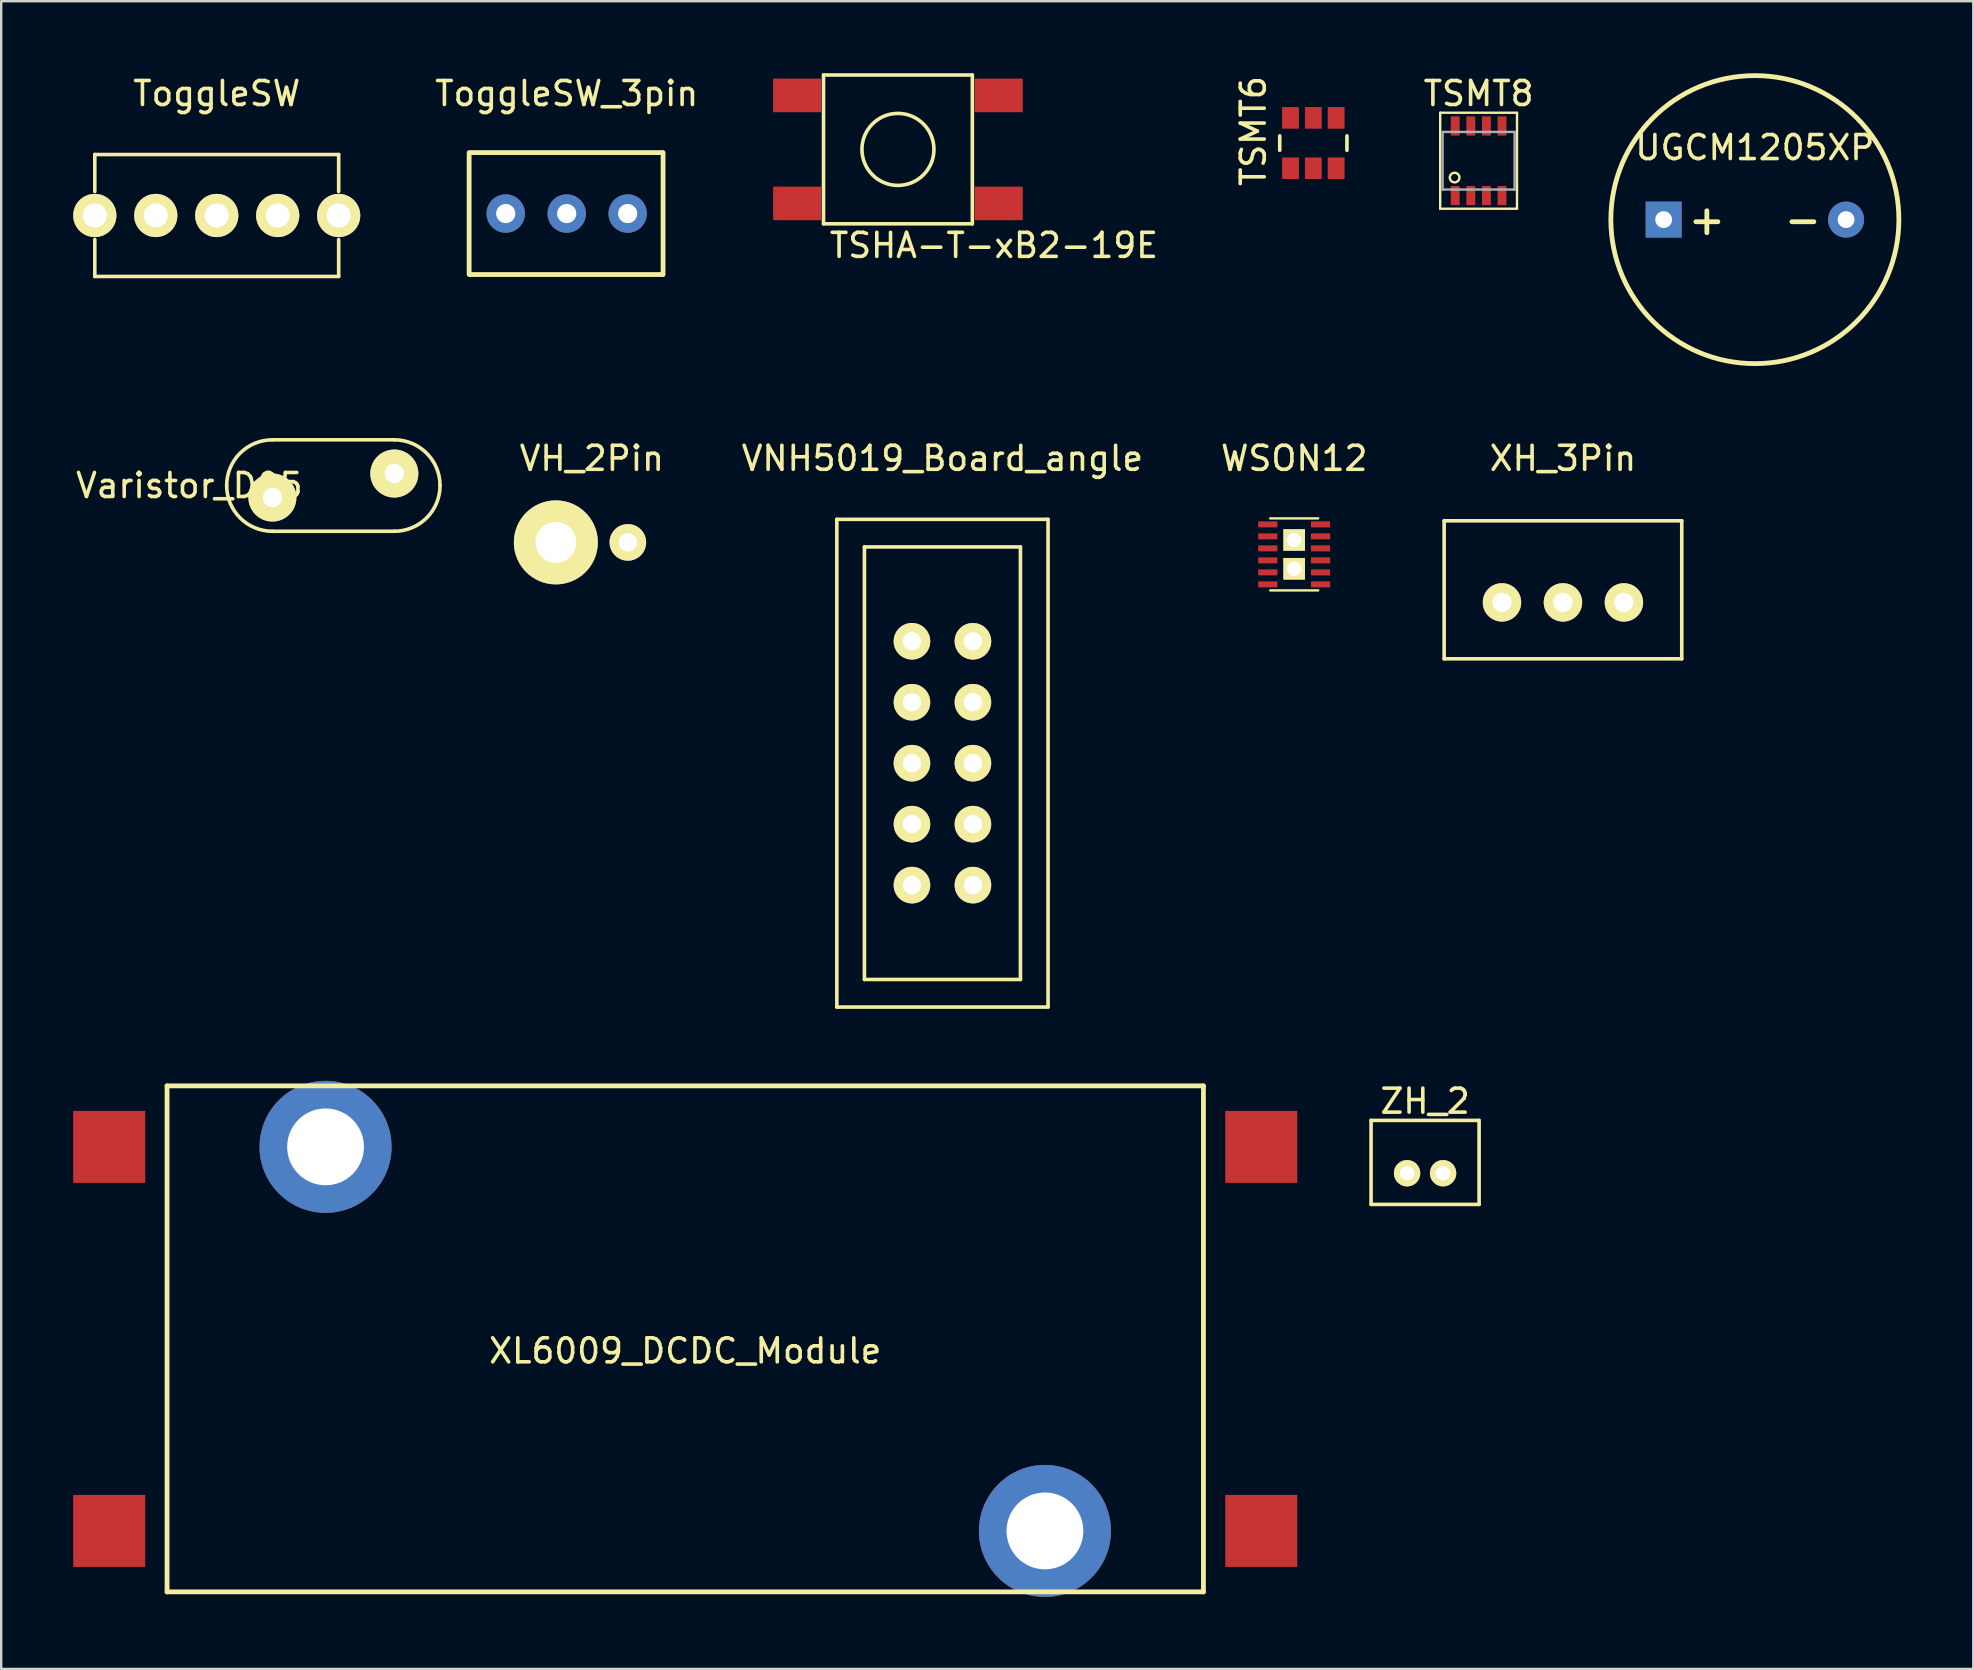
<source format=kicad_pcb>
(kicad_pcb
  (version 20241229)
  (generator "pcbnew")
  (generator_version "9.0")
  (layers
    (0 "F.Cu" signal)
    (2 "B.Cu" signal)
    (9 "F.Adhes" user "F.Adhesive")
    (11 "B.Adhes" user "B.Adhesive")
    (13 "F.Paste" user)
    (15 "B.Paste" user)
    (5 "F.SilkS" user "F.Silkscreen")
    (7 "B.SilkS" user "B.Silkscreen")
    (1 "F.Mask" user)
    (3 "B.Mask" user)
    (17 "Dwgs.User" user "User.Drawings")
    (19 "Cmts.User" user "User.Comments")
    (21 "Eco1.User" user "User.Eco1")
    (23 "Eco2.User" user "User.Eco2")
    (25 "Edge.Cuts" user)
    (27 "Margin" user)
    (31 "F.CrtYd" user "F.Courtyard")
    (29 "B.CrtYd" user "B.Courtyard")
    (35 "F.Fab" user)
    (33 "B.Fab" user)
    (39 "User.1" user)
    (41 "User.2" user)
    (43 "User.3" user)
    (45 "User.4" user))
  (footprint "ToggleSW"
    (layer "F.Cu")
    (at 5.98 5.928)
    (property "Reference" "ToggleSW" (at 0 -5.08 0) (layer "F.SilkS") (effects (font (size 1 1) (thickness 0.15))))
    (attr through_hole)
    (fp_line (start -5.08 -2.54) (end -5.08 -1) (stroke (width 0.15) (type solid)) (layer "F.SilkS"))
    (fp_line (start -5.08 2.54) (end -5.08 1) (stroke (width 0.15) (type solid)) (layer "F.SilkS"))
    (fp_line (start -5.08 2.54) (end 5.08 2.54) (stroke (width 0.15) (type solid)) (layer "F.SilkS"))
    (fp_line (start 5.08 -2.54) (end -5.08 -2.54) (stroke (width 0.15) (type solid)) (layer "F.SilkS"))
    (fp_line (start 5.08 -2.54) (end 5.08 -1) (stroke (width 0.15) (type solid)) (layer "F.SilkS"))
    (fp_line (start 5.08 2.54) (end 5.08 1) (stroke (width 0.15) (type solid)) (layer "F.SilkS"))
    (pad "1" thru_hole circle (at -2.54 0) (size 1.8 1.8) (drill 1) (layers "*.Cu" "*.Mask" "F.SilkS"))
    (pad "2" thru_hole circle (at 0 0) (size 1.8 1.8) (drill 1) (layers "*.Cu" "*.Mask" "F.SilkS"))
    (pad "3" thru_hole circle (at 2.54 0) (size 1.8 1.8) (drill 1) (layers "*.Cu" "*.Mask" "F.SilkS"))
    (pad "~" thru_hole circle (at -5.08 0) (size 1.8 1.8) (drill 1) (layers "*.Cu" "*.Mask" "F.SilkS"))
    (pad "~" thru_hole circle (at 5.08 0) (size 1.8 1.8) (drill 1) (layers "*.Cu" "*.Mask" "F.SilkS")))
  (footprint "ToggleSW_3pin"
    (layer "F.Cu")
    (at 20.561 5.848)
    (property "Reference" "ToggleSW_3pin" (at 0 -5 0) (layer "F.SilkS") (effects (font (size 1 1) (thickness 0.15))))
    (attr through_hole)
    (fp_line (start -4.065 -2.54) (end -4.065 2.54) (stroke (width 0.2) (type solid)) (layer "F.SilkS"))
    (fp_line (start -4 2.54) (end 4 2.54) (stroke (width 0.2) (type solid)) (layer "F.SilkS"))
    (fp_line (start 4 -2.54) (end -4 -2.54) (stroke (width 0.2) (type solid)) (layer "F.SilkS"))
    (fp_line (start 4.015 2.54) (end 4.015 -2.54) (stroke (width 0.2) (type solid)) (layer "F.SilkS"))
    (pad "1" thru_hole circle (at -2.54 0) (size 1.6 1.6) (drill 0.8) (layers "*.Cu" "*.Mask"))
    (pad "2" thru_hole circle (at 0 0) (size 1.6 1.6) (drill 0.8) (layers "*.Cu" "*.Mask"))
    (pad "3" thru_hole circle (at 2.54 0) (size 1.6 1.6) (drill 0.8) (layers "*.Cu" "*.Mask")))
  (footprint "WSON12"
    (layer "F.Cu")
    (at 50.871 20.048)
    (property "Reference" "WSON12" (at 0 -4 0) (layer "F.SilkS") (effects (font (size 1 1) (thickness 0.15))))
    (attr through_hole)
    (fp_line (start -1 -1.5) (end 1 -1.5) (stroke (width 0.1) (type solid)) (layer "F.SilkS"))
    (fp_line (start -1 1.5) (end 1 1.5) (stroke (width 0.1) (type solid)) (layer "F.SilkS"))
    (pad "1" smd rect (at -1.1 -1.25) (size 0.8 0.25) (layers "F.Cu" "F.Mask" "F.Paste"))
    (pad "2" smd rect (at -1.1 -0.75) (size 0.8 0.25) (layers "F.Cu" "F.Mask" "F.Paste"))
    (pad "3" smd rect (at -1.1 -0.25) (size 0.8 0.25) (layers "F.Cu" "F.Mask" "F.Paste"))
    (pad "4" smd rect (at -1.1 0.25) (size 0.8 0.25) (layers "F.Cu" "F.Mask" "F.Paste"))
    (pad "5" smd rect (at -1.1 0.75) (size 0.8 0.25) (layers "F.Cu" "F.Mask" "F.Paste"))
    (pad "6" smd rect (at -1.1 1.25) (size 0.8 0.25) (layers "F.Cu" "F.Mask" "F.Paste"))
    (pad "6" thru_hole rect (at 0 -0.6) (size 0.9 0.9) (drill 0.6) (layers "*.Cu" "*.Mask" "F.SilkS"))
    (pad "6" thru_hole rect (at 0 0.6) (size 0.9 0.9) (drill 0.6) (layers "*.Cu" "*.Mask" "F.SilkS"))
    (pad "7" smd rect (at 1.1 1.25) (size 0.8 0.25) (layers "F.Cu" "F.Mask" "F.Paste"))
    (pad "8" smd rect (at 1.1 0.75) (size 0.8 0.25) (layers "F.Cu" "F.Mask" "F.Paste"))
    (pad "9" smd rect (at 1.1 0.25) (size 0.8 0.25) (layers "F.Cu" "F.Mask" "F.Paste"))
    (pad "10" smd rect (at 1.1 -0.25) (size 0.8 0.25) (layers "F.Cu" "F.Mask" "F.Paste"))
    (pad "11" smd rect (at 1.1 -0.75) (size 0.8 0.25) (layers "F.Cu" "F.Mask" "F.Paste"))
    (pad "12" smd rect (at 1.1 -1.25) (size 0.8 0.25) (layers "F.Cu" "F.Mask" "F.Paste")))
  (footprint "UGCM1205XP"
    (layer "F.Cu")
    (at 70.065 6.1)
    (property "Reference" "UGCM1205XP" (at 0 -3 0) (layer "F.SilkS") (effects (font (size 1 1) (thickness 0.15))))
    (attr through_hole)
    (fp_circle (center 0 0) (end 0 -6) (stroke (width 0.2) (type solid)) (fill no) (layer "F.SilkS"))
    (fp_text user "-" (at 2 0 0) (layer "F.SilkS") (effects (font (size 1.2 1.2) (thickness 0.2))))
    (fp_text user "+" (at -2 0 0) (layer "F.SilkS") (effects (font (size 1.2 1.2) (thickness 0.2))))
    (pad "1" thru_hole rect (at -3.8 0) (size 1.5 1.5) (drill 0.7) (layers "*.Cu" "*.Mask"))
    (pad "2" thru_hole circle (at 3.8 0) (size 1.5 1.5) (drill 0.7) (layers "*.Cu" "*.Mask")))
  (footprint "XL6009_DCDC_Module"
    (layer "F.Cu")
    (at 25.5 52.734)
    (property "Reference" "XL6009_DCDC_Module" (at 0 0.5 0) (layer "F.SilkS") (effects (font (size 1 1) (thickness 0.15))))
    (attr through_hole)
    (fp_line (start -21.59 -10.541) (end -21.59 10.541) (stroke (width 0.2) (type solid)) (layer "F.SilkS"))
    (fp_line (start -21.59 10.541) (end 21.59 10.541) (stroke (width 0.2) (type solid)) (layer "F.SilkS"))
    (fp_line (start 21.59 -10.541) (end -21.59 -10.541) (stroke (width 0.2) (type solid)) (layer "F.SilkS"))
    (fp_line (start 21.59 10.541) (end 21.59 -10.541) (stroke (width 0.2) (type solid)) (layer "F.SilkS"))
    (pad "1" smd rect (at -24 8) (size 3 3) (layers "F.Cu" "F.Mask" "F.Paste"))
    (pad "2" smd rect (at -24 -8) (size 3 3) (layers "F.Cu" "F.Mask" "F.Paste"))
    (pad "3" smd rect (at 24 8) (size 3 3) (layers "F.Cu" "F.Mask" "F.Paste"))
    (pad "4" smd rect (at 24 -8) (size 3 3) (layers "F.Cu" "F.Mask" "F.Paste"))
    (pad "~" thru_hole circle (at -14.986 -8.001) (size 5.5 5.5) (drill 3.2) (layers "*.Cu" "*.Mask"))
    (pad "~" thru_hole circle (at 14.986 8.001) (size 5.5 5.5) (drill 3.2) (layers "*.Cu" "*.Mask")))
  (footprint "VNH5019_Board_angle"
    (layer "F.Cu")
    (at 36.216 28.748)
    (property "Reference" "VNH5019_Board_angle" (at 0 -12.7 0) (layer "F.SilkS") (effects (font (size 1 1) (thickness 0.15))))
    (attr through_hole)
    (fp_line (start -4.4 -10.16) (end 4.4 -10.16) (stroke (width 0.15) (type solid)) (layer "F.SilkS"))
    (fp_line (start -4.4 10.16) (end -4.4 -10.16) (stroke (width 0.15) (type solid)) (layer "F.SilkS"))
    (fp_line (start -3.25 -9.01) (end -3.25 9.01) (stroke (width 0.15) (type solid)) (layer "F.SilkS"))
    (fp_line (start -3.25 -9.01) (end 3.25 -9.01) (stroke (width 0.15) (type solid)) (layer "F.SilkS"))
    (fp_line (start -3.25 9.01) (end 3.25 9.01) (stroke (width 0.15) (type solid)) (layer "F.SilkS"))
    (fp_line (start 3.25 -9.01) (end 3.25 9.01) (stroke (width 0.15) (type solid)) (layer "F.SilkS"))
    (fp_line (start 4.4 -10.16) (end 4.4 10.16) (stroke (width 0.15) (type solid)) (layer "F.SilkS"))
    (fp_line (start 4.4 10.16) (end -4.4 10.16) (stroke (width 0.15) (type solid)) (layer "F.SilkS"))
    (pad "1" thru_hole circle (at -1.27 -5.08) (size 1.524 1.524) (drill 0.762) (layers "*.Cu" "*.Mask" "F.SilkS"))
    (pad "2" thru_hole circle (at -1.27 -2.54) (size 1.524 1.524) (drill 0.762) (layers "*.Cu" "*.Mask" "F.SilkS"))
    (pad "3" thru_hole circle (at -1.27 0) (size 1.524 1.524) (drill 0.762) (layers "*.Cu" "*.Mask" "F.SilkS"))
    (pad "4" thru_hole circle (at -1.27 2.54) (size 1.524 1.524) (drill 0.762) (layers "*.Cu" "*.Mask" "F.SilkS"))
    (pad "5" thru_hole circle (at -1.27 5.08) (size 1.524 1.524) (drill 0.762) (layers "*.Cu" "*.Mask" "F.SilkS"))
    (pad "6" thru_hole circle (at 1.27 5.08) (size 1.524 1.524) (drill 0.762) (layers "*.Cu" "*.Mask" "F.SilkS"))
    (pad "7" thru_hole circle (at 1.27 2.54) (size 1.524 1.524) (drill 0.762) (layers "*.Cu" "*.Mask" "F.SilkS"))
    (pad "8" thru_hole circle (at 1.27 0) (size 1.524 1.524) (drill 0.762) (layers "*.Cu" "*.Mask" "F.SilkS"))
    (pad "9" thru_hole circle (at 1.27 -2.54) (size 1.524 1.524) (drill 0.762) (layers "*.Cu" "*.Mask" "F.SilkS"))
    (pad "10" thru_hole circle (at 1.27 -5.08) (size 1.524 1.524) (drill 0.762) (layers "*.Cu" "*.Mask" "F.SilkS")))
  (footprint "Varistor_D05"
    (layer "F.Cu")
    (at 10.839 17.18)
    (property "Reference" "Varistor_D05" (at -6 0 0) (layer "F.SilkS") (effects (font (size 1 1) (thickness 0.15))))
    (attr through_hole)
    (fp_line (start -2.54 1.905) (end 2.54 1.905) (stroke (width 0.15) (type solid)) (layer "F.SilkS"))
    (fp_line (start 2.54 -1.905) (end -2.54 -1.905) (stroke (width 0.15) (type solid)) (layer "F.SilkS"))
    (fp_arc (start -4.445 0) (mid -3.887038 -1.347038) (end -2.54 -1.905) (stroke (width 0.15) (type solid)) (layer "F.SilkS"))
    (fp_arc (start -2.54 1.905) (mid -3.887038 1.347038) (end -4.445 0) (stroke (width 0.15) (type solid)) (layer "F.SilkS"))
    (fp_arc (start 2.54 -1.905) (mid 3.887038 -1.347038) (end 4.445 0) (stroke (width 0.15) (type solid)) (layer "F.SilkS"))
    (fp_arc (start 4.445 0) (mid 3.887038 1.347038) (end 2.54 1.905) (stroke (width 0.15) (type solid)) (layer "F.SilkS"))
    (pad "1" thru_hole circle (at -2.54 0.5) (size 2 2) (drill 0.8) (layers "*.Cu" "*.Mask" "F.SilkS"))
    (pad "2" thru_hole circle (at 2.54 -0.5) (size 2 2) (drill 0.8) (layers "*.Cu" "*.Mask" "F.SilkS")))
  (footprint "XH_3Pin"
    (layer "F.Cu")
    (at 62.069 22.048)
    (property "Reference" "XH_3Pin" (at 0 -6 0) (layer "F.SilkS") (effects (font (size 1 1) (thickness 0.15))))
    (attr through_hole)
    (fp_line (start -4.95 -3.4) (end 4.95 -3.4) (stroke (width 0.15) (type solid)) (layer "F.SilkS"))
    (fp_line (start -4.95 2.35) (end -4.95 -3.4) (stroke (width 0.15) (type solid)) (layer "F.SilkS"))
    (fp_line (start 4.95 2.35) (end -4.95 2.35) (stroke (width 0.15) (type solid)) (layer "F.SilkS"))
    (fp_line (start 4.95 2.35) (end 4.95 -3.4) (stroke (width 0.15) (type solid)) (layer "F.SilkS"))
    (pad "1" thru_hole circle (at -2.54 0) (size 1.6 1.6) (drill 0.8) (layers "*.Cu" "*.Mask" "F.SilkS"))
    (pad "2" thru_hole circle (at 0 0) (size 1.6 1.6) (drill 0.8) (layers "*.Cu" "*.Mask" "F.SilkS"))
    (pad "3" thru_hole circle (at 2.54 0) (size 1.6 1.6) (drill 0.8) (layers "*.Cu" "*.Mask" "F.SilkS")))
  (footprint "TSHA-T-xB2-19E"
    (layer "F.Cu")
    (at 34.362 3.175)
    (property "Reference" "TSHA-T-xB2-19E" (at 4 4 180) (layer "F.SilkS") (effects (font (size 1 1) (thickness 0.15))))
    (attr through_hole)
    (fp_line (start -3.1 -3.1) (end 3.1 -3.1) (stroke (width 0.15) (type solid)) (layer "F.SilkS"))
    (fp_line (start -3.1 3.1) (end -3.1 -3.1) (stroke (width 0.15) (type solid)) (layer "F.SilkS"))
    (fp_line (start 3.1 -3.1) (end 3.1 3.1) (stroke (width 0.15) (type solid)) (layer "F.SilkS"))
    (fp_line (start 3.1 3.1) (end -3.1 3.1) (stroke (width 0.15) (type solid)) (layer "F.SilkS"))
    (fp_circle (center 0 0) (end 1.5 0) (stroke (width 0.15) (type solid)) (fill no) (layer "F.SilkS"))
    (pad "1" smd rect (at -4.2 -2.25) (size 2 1.4) (layers "F.Cu" "F.Mask" "F.Paste"))
    (pad "1" smd rect (at 4.2 -2.25) (size 2 1.4) (layers "F.Cu" "F.Mask" "F.Paste"))
    (pad "2" smd rect (at -4.2 2.25) (size 2 1.4) (layers "F.Cu" "F.Mask" "F.Paste"))
    (pad "2" smd rect (at 4.2 2.25) (size 2 1.4) (layers "F.Cu" "F.Mask" "F.Paste")))
  (footprint "ZH_2"
    (layer "F.Cu")
    (at 56.325 45.831)
    (property "Reference" "ZH_2" (at 0 -3 0) (layer "F.SilkS") (effects (font (size 1 1) (thickness 0.15))))
    (attr through_hole)
    (fp_line (start -2.25 -2.2) (end -2.25 1.3) (stroke (width 0.15) (type solid)) (layer "F.SilkS"))
    (fp_line (start -2.25 -2.2) (end 2.25 -2.2) (stroke (width 0.15) (type solid)) (layer "F.SilkS"))
    (fp_line (start -2.25 1.3) (end 2.25 1.3) (stroke (width 0.15) (type solid)) (layer "F.SilkS"))
    (fp_line (start 2.25 -2.2) (end 2.25 1.3) (stroke (width 0.15) (type solid)) (layer "F.SilkS"))
    (pad "1" thru_hole circle (at -0.75 0) (size 1.1 1.1) (drill 0.6) (layers "*.Cu" "*.Mask" "F.SilkS"))
    (pad "2" thru_hole circle (at 0.75 0) (size 1.1 1.1) (drill 0.6) (layers "*.Cu" "*.Mask" "F.SilkS")))
  (footprint "VH_2Pin"
    (layer "F.Cu")
    (at 21.609 19.548)
    (property "Reference" "VH_2Pin" (at 0 -3.5 0) (layer "F.SilkS") (effects (font (size 1 1) (thickness 0.15))))
    (attr through_hole)
    (pad "1" thru_hole circle (at -1.5 0) (size 3.5 3.5) (drill 1.7) (layers "*.Cu" "*.Mask" "F.SilkS"))
    (pad "2" thru_hole circle (at 1.5 0) (size 1.524 1.524) (drill 0.762) (layers "*.Cu" "*.Mask" "F.SilkS")))
  (footprint "TSMT6"
    (layer "F.Cu")
    (at 51.669 2.911)
    (property "Reference" "TSMT6" (at -2.5 -0.5 270) (layer "F.SilkS") (effects (font (size 1 1) (thickness 0.15))))
    (attr through_hole)
    (fp_line (start -1.4 -0.3) (end -1.4 0.3) (stroke (width 0.15) (type solid)) (layer "F.SilkS"))
    (fp_line (start 1.4 -0.3) (end 1.4 0.3) (stroke (width 0.15) (type solid)) (layer "F.SilkS"))
    (pad "1" smd rect (at -0.95 1.05) (size 0.7 0.9) (layers "F.Cu" "F.Mask" "F.Paste"))
    (pad "2" smd rect (at 0 1.05) (size 0.7 0.9) (layers "F.Cu" "F.Mask" "F.Paste"))
    (pad "3" smd rect (at 0.95 1.05) (size 0.7 0.9) (layers "F.Cu" "F.Mask" "F.Paste"))
    (pad "4" smd rect (at 0.95 -1.05) (size 0.7 0.9) (layers "F.Cu" "F.Mask" "F.Paste"))
    (pad "5" smd rect (at 0 -1.05) (size 0.7 0.9) (layers "F.Cu" "F.Mask" "F.Paste"))
    (pad "6" smd rect (at -0.95 -1.05) (size 0.7 0.9) (layers "F.Cu" "F.Mask" "F.Paste")))
  (footprint "TSMT8"
    (layer "F.Cu")
    (at 58.555 3.648)
    (property "Reference" "TSMT8" (at 0 -2.8 0) (layer "F.SilkS") (effects (font (size 1 1) (thickness 0.15))))
    (attr through_hole)
    (fp_line (start -1.6 -2) (end -1.6 2) (stroke (width 0.1) (type solid)) (layer "F.SilkS"))
    (fp_line (start -1.6 2) (end 1.6 2) (stroke (width 0.1) (type solid)) (layer "F.SilkS"))
    (fp_line (start 1.6 -2) (end -1.6 -2) (stroke (width 0.1) (type solid)) (layer "F.SilkS"))
    (fp_line (start 1.6 -2) (end 1.6 2) (stroke (width 0.1) (type solid)) (layer "F.SilkS"))
    (fp_circle (center -1 0.7) (end -1.2 0.7) (stroke (width 0.1) (type solid)) (fill no) (layer "F.SilkS"))
    (fp_line (start -1.5 -1.2) (end -1.5 1.2) (stroke (width 0.1) (type solid)) (layer "F.Fab"))
    (fp_line (start -1.5 -1.2) (end 1.5 -1.2) (stroke (width 0.1) (type solid)) (layer "F.Fab"))
    (fp_line (start 1.5 -1.2) (end 1.5 1.2) (stroke (width 0.1) (type solid)) (layer "F.Fab"))
    (fp_line (start 1.5 1.2) (end -1.5 1.2) (stroke (width 0.1) (type solid)) (layer "F.Fab"))
    (pad "1" smd rect (at -0.975 1.45) (size 0.37 0.8) (layers "F.Cu" "F.Mask" "F.Paste"))
    (pad "2" smd rect (at -0.325 1.45) (size 0.37 0.8) (layers "F.Cu" "F.Mask" "F.Paste"))
    (pad "3" smd rect (at 0.325 1.45) (size 0.37 0.8) (layers "F.Cu" "F.Mask" "F.Paste"))
    (pad "4" smd rect (at 0.975 1.45) (size 0.37 0.8) (layers "F.Cu" "F.Mask" "F.Paste"))
    (pad "5" smd rect (at 0.975 -1.45) (size 0.37 0.8) (layers "F.Cu" "F.Mask" "F.Paste"))
    (pad "6" smd rect (at 0.325 -1.45) (size 0.37 0.8) (layers "F.Cu" "F.Mask" "F.Paste"))
    (pad "7" smd rect (at -0.325 -1.45) (size 0.37 0.8) (layers "F.Cu" "F.Mask" "F.Paste"))
    (pad "8" smd rect (at -0.975 -1.45) (size 0.37 0.8) (layers "F.Cu" "F.Mask" "F.Paste")))
  (gr_rect
    (start -3 -3)
    (end 79.165 66.485)
    (stroke (width 0.1) (type default))
    (fill no)
    (layer "Edge.Cuts")))
</source>
